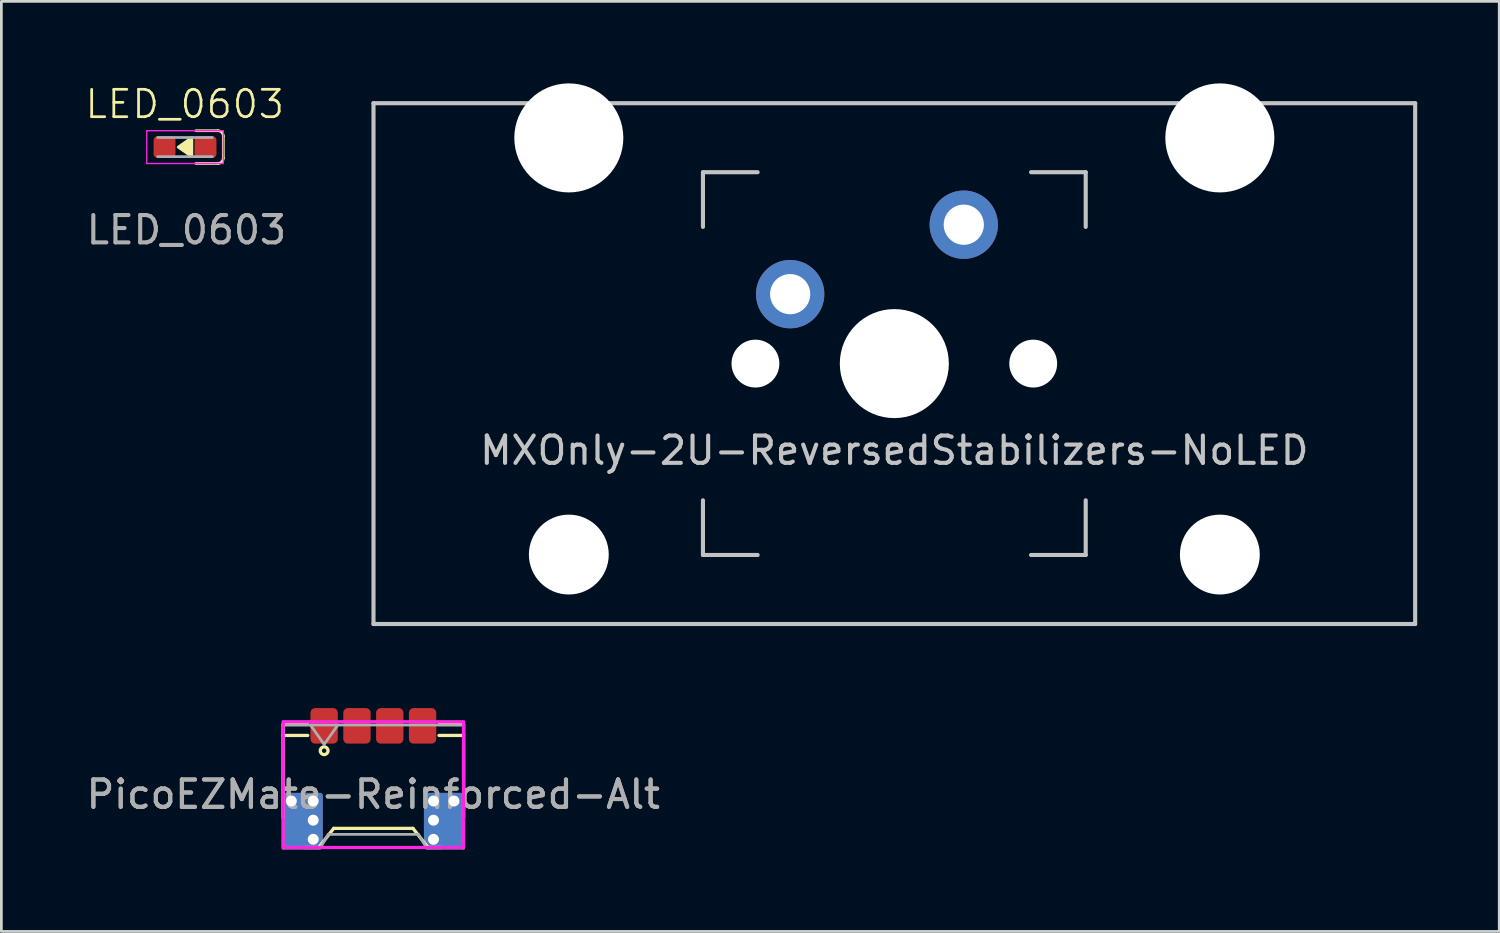
<source format=kicad_pcb>
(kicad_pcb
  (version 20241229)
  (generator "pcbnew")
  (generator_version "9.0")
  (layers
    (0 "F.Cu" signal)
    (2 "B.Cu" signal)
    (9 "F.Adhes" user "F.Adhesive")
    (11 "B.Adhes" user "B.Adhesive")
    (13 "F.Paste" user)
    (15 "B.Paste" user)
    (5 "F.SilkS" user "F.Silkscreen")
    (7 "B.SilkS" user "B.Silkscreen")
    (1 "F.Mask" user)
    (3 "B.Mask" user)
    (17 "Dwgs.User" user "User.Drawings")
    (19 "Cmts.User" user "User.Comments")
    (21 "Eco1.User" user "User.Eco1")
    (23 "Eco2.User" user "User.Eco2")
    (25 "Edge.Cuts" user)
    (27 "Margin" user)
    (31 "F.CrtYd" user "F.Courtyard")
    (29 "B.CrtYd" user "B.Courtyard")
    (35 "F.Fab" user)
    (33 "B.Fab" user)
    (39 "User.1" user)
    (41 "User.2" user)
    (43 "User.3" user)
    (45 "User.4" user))
  (footprint "LED_0603"
    (layer "F.Cu")
    (at 3.718 2.33)
    (property "Reference" "LED_0603" (at -0.01 -1.57 0) (unlocked yes) (layer "F.SilkS") (effects (font (size 1 1) (thickness 0.1))))
    (attr smd)
    (fp_line (start 0.4 -0.6) (end 1.2 -0.6) (stroke (width 0.1) (type solid)) (layer "F.SilkS"))
    (fp_line (start 1.2 0.6) (end 0.4 0.6) (stroke (width 0.1) (type solid)) (layer "F.SilkS"))
    (fp_line (start 1.4 -0.4) (end 1.4 0.4) (stroke (width 0.1) (type solid)) (layer "F.SilkS"))
    (fp_arc (start 1.2 -0.6) (mid 1.341421 -0.541421) (end 1.4 -0.4) (stroke (width 0.1) (type default)) (layer "F.SilkS"))
    (fp_arc (start 1.4 0.4) (mid 1.341421 0.541421) (end 1.2 0.6) (stroke (width 0.1) (type default)) (layer "F.SilkS"))
    (fp_poly (pts (xy 0.25 -0.35) (xy 0.25 0.35) (xy -0.25 0)) (stroke (width 0.1) (type solid)) (fill yes) (layer "F.SilkS"))
    (fp_rect (start -1.4 -0.6) (end 1.4 0.6) (stroke (width 0.05) (type default)) (fill no) (layer "F.CrtYd"))
    (fp_line (start -1 -0.35) (end 1 -0.35) (stroke (width 0.1) (type default)) (layer "F.Fab"))
    (fp_line (start 1 0.35) (end -1 0.35) (stroke (width 0.1) (type default)) (layer "F.Fab"))
    (fp_text user "${REFERENCE}" (at 0.05 3.03 0) (unlocked yes) (layer "F.Fab") (effects (font (size 1 1) (thickness 0.15))))
    (pad "1" smd roundrect (at -0.75 0) (size 0.8 0.8) (layers "F.Cu" "F.Mask" "F.Paste") (roundrect_rratio 0.188))
    (pad "2" smd roundrect (at 0.75 0) (size 0.8 0.8) (layers "F.Cu" "F.Mask" "F.Paste") (roundrect_rratio 0.188)))
  (footprint "PicoEZMate-Reinforced-Alt"
    (layer "F.Cu")
    (at 10.606 25.449)
    (property "Reference" "PicoEZMate-Reinforced-Alt" (at 0 0.557 0) (layer "F.Fab") (effects (font (size 1 1) (thickness 0.15))))
    (attr smd)
    (fp_line (start -3.3 -2) (end -3.3 1.4) (stroke (width 0.12) (type solid)) (layer "F.SilkS"))
    (fp_line (start -3.3 -2) (end -2.4 -2) (stroke (width 0.12) (type solid)) (layer "F.SilkS"))
    (fp_line (start -2.4 -1.6) (end -3.3 -1.6) (stroke (width 0.12) (type solid)) (layer "F.SilkS"))
    (fp_line (start -2 2.5) (end -2.5 2.5) (stroke (width 0.12) (type solid)) (layer "F.SilkS"))
    (fp_line (start -1.45 1.8) (end -2 2.5) (stroke (width 0.12) (type solid)) (layer "F.SilkS"))
    (fp_line (start 1.45 1.8) (end -1.45 1.8) (stroke (width 0.12) (type solid)) (layer "F.SilkS"))
    (fp_line (start 2 2.5) (end 1.45 1.8) (stroke (width 0.12) (type solid)) (layer "F.SilkS"))
    (fp_line (start 2 2.5) (end 2.5 2.5) (stroke (width 0.12) (type solid)) (layer "F.SilkS"))
    (fp_line (start 2.4 -2) (end 3.3 -2) (stroke (width 0.12) (type solid)) (layer "F.SilkS"))
    (fp_line (start 3.3 -2) (end 3.3 1.4) (stroke (width 0.12) (type solid)) (layer "F.SilkS"))
    (fp_line (start 3.3 -1.6) (end 2.4 -1.6) (stroke (width 0.12) (type solid)) (layer "F.SilkS"))
    (fp_circle (center -1.8 -1.041) (end -1.7 -1.141) (stroke (width 0.12) (type solid)) (fill no) (layer "F.SilkS"))
    (fp_rect (start -3.3 -2.1) (end 3.3 2.5) (stroke (width 0.12) (type solid)) (fill no) (layer "F.CrtYd"))
    (fp_line (start -3.3 -1.98) (end -3.3 2.52) (stroke (width 0.1) (type solid)) (layer "F.Fab"))
    (fp_line (start -3.3 -1.98) (end 3.3 -1.98) (stroke (width 0.1) (type solid)) (layer "F.Fab"))
    (fp_line (start -3.3 2.52) (end -1.95 2.52) (stroke (width 0.1) (type solid)) (layer "F.Fab"))
    (fp_line (start -2.3 -1.98) (end -1.8 -1.273) (stroke (width 0.1) (type solid)) (layer "F.Fab"))
    (fp_line (start -1.95 2.52) (end -1.65 2.02) (stroke (width 0.1) (type solid)) (layer "F.Fab"))
    (fp_line (start -1.8 -1.273) (end -1.3 -1.98) (stroke (width 0.1) (type solid)) (layer "F.Fab"))
    (fp_line (start -1.65 2.02) (end 1.65 2.02) (stroke (width 0.1) (type solid)) (layer "F.Fab"))
    (fp_line (start 1.65 2.02) (end 1.95 2.52) (stroke (width 0.1) (type solid)) (layer "F.Fab"))
    (fp_line (start 1.95 2.52) (end 3.3 2.52) (stroke (width 0.1) (type solid)) (layer "F.Fab"))
    (fp_line (start 3.3 -1.98) (end 3.3 2.52) (stroke (width 0.1) (type solid)) (layer "F.Fab"))
    (fp_text user "${REFERENCE}" (at -0.004 0.557 0) (layer "F.Fab") (effects (font (size 1 1) (thickness 0.15))))
    (pad "" smd roundrect (at -2.95 2) (size 0.7 1) (layers "F.Mask" "F.Paste") (roundrect_rratio 0.143))
    (pad "" smd roundrect (at -1.8 -2) (size 0.75 1.2) (layers "F.Mask" "F.Paste") (roundrect_rratio 0.167))
    (pad "" smd roundrect (at -0.6 -2) (size 0.75 1.2) (layers "F.Mask" "F.Paste") (roundrect_rratio 0.167))
    (pad "" smd roundrect (at 0.6 -2) (size 0.75 1.2) (layers "F.Mask" "F.Paste") (roundrect_rratio 0.167))
    (pad "" smd roundrect (at 1.8 -2) (size 0.75 1.2) (layers "F.Mask" "F.Paste") (roundrect_rratio 0.167))
    (pad "" smd roundrect (at 2.95 2) (size 0.7 1) (layers "F.Mask" "F.Paste") (roundrect_rratio 0.143))
    (pad "1" smd roundrect (at -1.8 -1.95) (size 1 1.3) (layers "F.Cu") (roundrect_rratio 0.167))
    (pad "2" smd roundrect (at -0.6 -1.95) (size 1 1.3) (layers "F.Cu") (roundrect_rratio 0.167))
    (pad "3" smd roundrect (at 0.6 -1.95) (size 1 1.3) (layers "F.Cu") (roundrect_rratio 0.167))
    (pad "4" smd roundrect (at 1.8 -1.95) (size 1 1.3) (layers "F.Cu") (roundrect_rratio 0.167))
    (pad "MP" thru_hole circle (at -3 0.8) (size 0.6 0.6) (drill 0.4) (layers "*.Cu"))
    (pad "MP" smd roundrect (at -2.575 1.5) (size 1.45 2) (layers "F.Cu") (roundrect_rratio 0.069))
    (pad "MP" smd roundrect (at -2.575 1.5) (size 1.45 2) (layers "B.Cu") (roundrect_rratio 0.069))
    (pad "MP" thru_hole circle (at -2.2 0.8) (size 0.6 0.6) (drill 0.4) (layers "*.Cu"))
    (pad "MP" thru_hole circle (at -2.2 1.5) (size 0.6 0.6) (drill 0.4) (layers "*.Cu"))
    (pad "MP" thru_hole circle (at -2.2 2.2) (size 0.6 0.6) (drill 0.4) (layers "*.Cu"))
    (pad "MP" thru_hole circle (at 2.2 0.8) (size 0.6 0.6) (drill 0.4) (layers "*.Cu"))
    (pad "MP" thru_hole circle (at 2.2 1.5) (size 0.6 0.6) (drill 0.4) (layers "*.Cu"))
    (pad "MP" thru_hole circle (at 2.2 2.2) (size 0.6 0.6) (drill 0.4) (layers "*.Cu"))
    (pad "MP" smd roundrect (at 2.575 1.5) (size 1.45 2) (layers "F.Cu") (roundrect_rratio 0.069))
    (pad "MP" smd roundrect (at 2.575 1.5) (size 1.45 2) (layers "B.Cu") (roundrect_rratio 0.069))
    (pad "MP" thru_hole circle (at 2.95 0.8) (size 0.6 0.6) (drill 0.4) (layers "*.Cu")))
  (footprint "MXOnly-2U-ReversedStabilizers-NoLED"
    (layer "F.Cu")
    (at 29.661 10.249)
    (property "Reference" "MXOnly-2U-ReversedStabilizers-NoLED" (at 0 3.175 0) (layer "Dwgs.User") (effects (font (size 1 1) (thickness 0.15))))
    (attr through_hole)
    (fp_line (start -19.05 -9.525) (end 19.05 -9.525) (stroke (width 0.15) (type solid)) (layer "Dwgs.User"))
    (fp_line (start -19.05 9.525) (end -19.05 -9.525) (stroke (width 0.15) (type solid)) (layer "Dwgs.User"))
    (fp_line (start -19.05 9.525) (end 19.05 9.525) (stroke (width 0.15) (type solid)) (layer "Dwgs.User"))
    (fp_line (start -7 -7) (end -7 -5) (stroke (width 0.15) (type solid)) (layer "Dwgs.User"))
    (fp_line (start -7 5) (end -7 7) (stroke (width 0.15) (type solid)) (layer "Dwgs.User"))
    (fp_line (start -7 7) (end -5 7) (stroke (width 0.15) (type solid)) (layer "Dwgs.User"))
    (fp_line (start -5 -7) (end -7 -7) (stroke (width 0.15) (type solid)) (layer "Dwgs.User"))
    (fp_line (start 5 -7) (end 7 -7) (stroke (width 0.15) (type solid)) (layer "Dwgs.User"))
    (fp_line (start 5 7) (end 7 7) (stroke (width 0.15) (type solid)) (layer "Dwgs.User"))
    (fp_line (start 7 -7) (end 7 -5) (stroke (width 0.15) (type solid)) (layer "Dwgs.User"))
    (fp_line (start 7 7) (end 7 5) (stroke (width 0.15) (type solid)) (layer "Dwgs.User"))
    (fp_line (start 19.05 -9.525) (end 19.05 9.525) (stroke (width 0.15) (type solid)) (layer "Dwgs.User"))
    (pad "" np_thru_hole circle (at -11.906 -8.255) (size 3.988 3.988) (drill 3.988) (layers "*.Cu" "*.Mask"))
    (pad "" np_thru_hole circle (at -11.906 6.985) (size 2.921 2.921) (drill 2.921) (layers "*.Cu" "*.Mask"))
    (pad "" np_thru_hole circle (at -5.08 0 48.1) (size 1.75 1.75) (drill 1.75) (layers "*.Cu" "*.Mask"))
    (pad "" np_thru_hole circle (at 0 0) (size 3.988 3.988) (drill 3.988) (layers "*.Cu" "*.Mask"))
    (pad "" np_thru_hole circle (at 5.08 0 48.1) (size 1.75 1.75) (drill 1.75) (layers "*.Cu" "*.Mask"))
    (pad "" np_thru_hole circle (at 11.906 -8.255) (size 3.988 3.988) (drill 3.988) (layers "*.Cu" "*.Mask"))
    (pad "" np_thru_hole circle (at 11.906 6.985) (size 2.921 2.921) (drill 2.921) (layers "*.Cu" "*.Mask"))
    (pad "1" thru_hole circle (at -3.81 -2.54) (size 2.5 2.5) (drill 1.47) (layers "*.Cu" "B.Mask"))
    (pad "2" thru_hole circle (at 2.54 -5.08) (size 2.5 2.5) (drill 1.47) (layers "*.Cu" "B.Mask")))
  (gr_rect
    (start -3 -3)
    (end 51.786 31.019)
    (stroke (width 0.1) (type default))
    (fill no)
    (layer "Edge.Cuts")))
</source>
